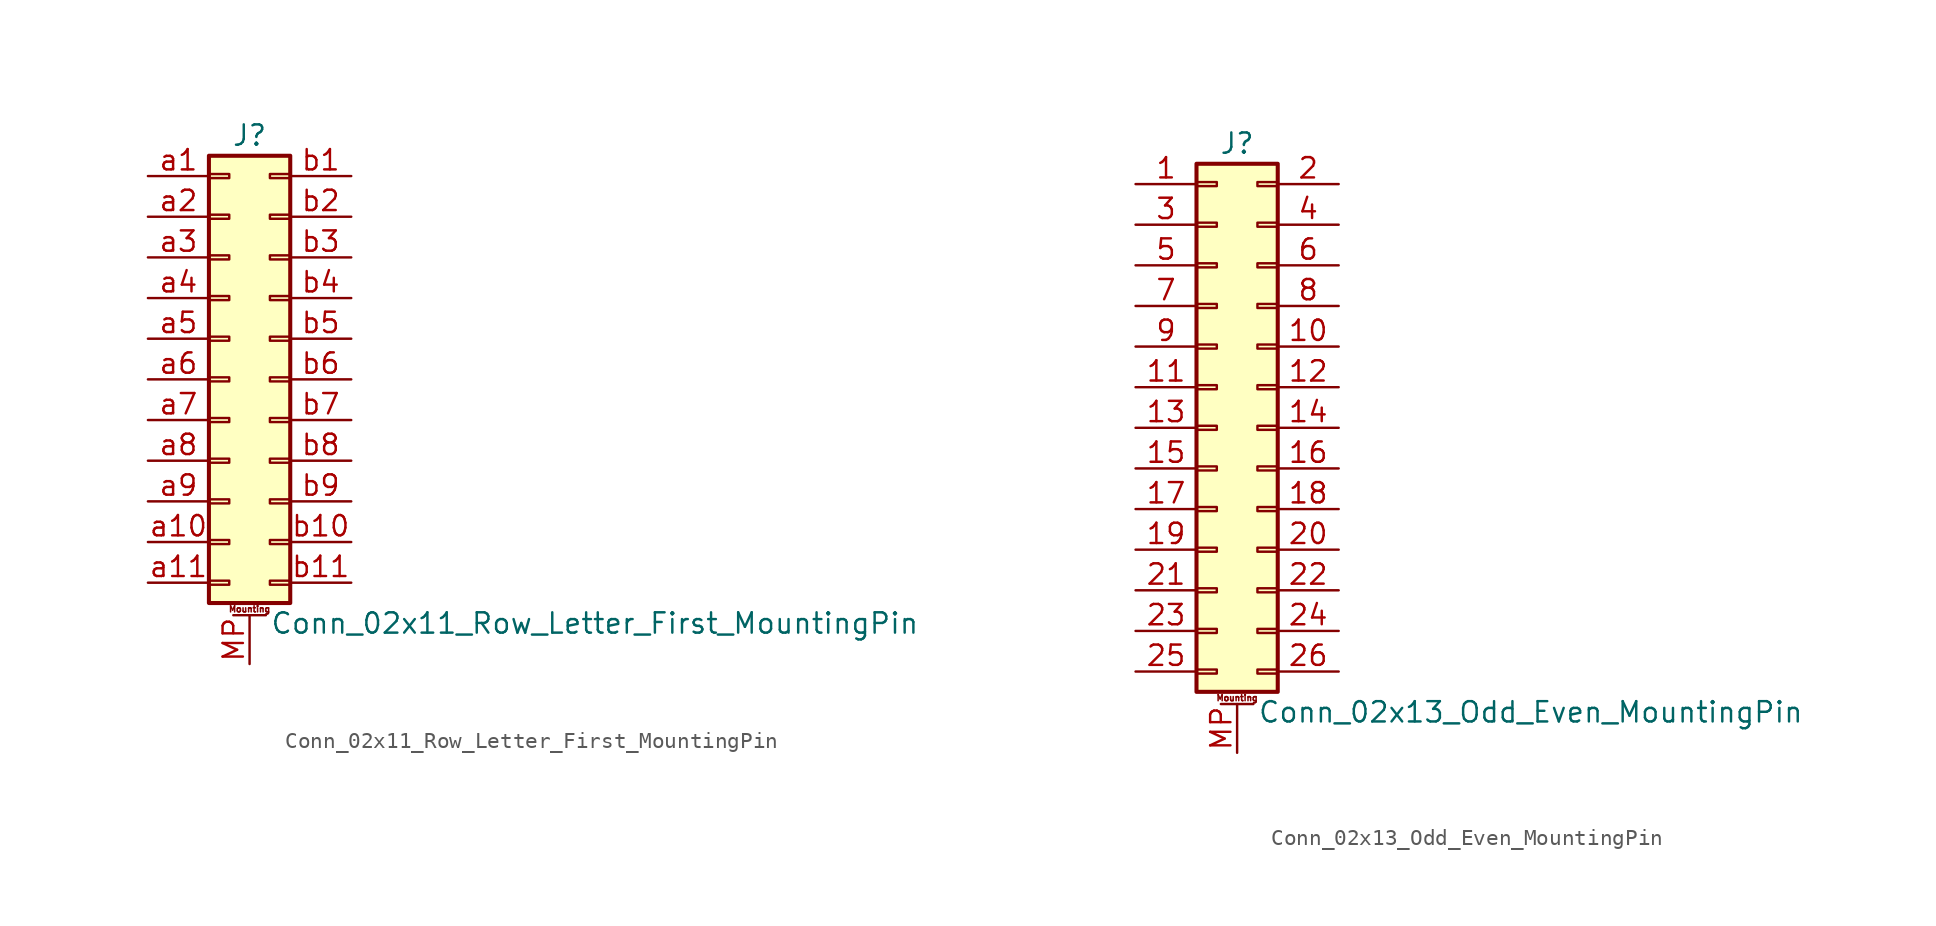
<source format=kicad_sym>
(kicad_symbol_lib
  (version 20201005)
  (generator kicad_symbol_editor)
  (symbol "Conn_02x11_Row_Letter_First_MountingPin"
    (pin_names
      (offset 1.016) hide)
    (property "Reference" "J"
      (at 1.27 15.24 0)
      (effects (font (size 1.27 1.27))))
    (property "Value" "Conn_02x11_Row_Letter_First_MountingPin"
      (at 2.54 -15.24 0)
      (effects (font (size 1.27 1.27)) (justify left)))
    (symbol "Conn_02x11_Row_Letter_First_MountingPin_1_1"
      (text "Mounting" (at 1.27 -14.351 0) (effects (font (size 0.381 0.381))))
      (rectangle (start -1.27 -12.573) (end 0 -12.827) (stroke (width 0.152)) (fill (type none)))
      (rectangle (start -1.27 -10.033) (end 0 -10.287) (stroke (width 0.152)) (fill (type none)))
      (rectangle (start -1.27 -7.493) (end 0 -7.747) (stroke (width 0.152)) (fill (type none)))
      (rectangle (start -1.27 -4.953) (end 0 -5.207) (stroke (width 0.152)) (fill (type none)))
      (rectangle (start -1.27 -2.413) (end 0 -2.667) (stroke (width 0.152)) (fill (type none)))
      (rectangle (start -1.27 0.127) (end 0 -0.127) (stroke (width 0.152)) (fill (type none)))
      (rectangle (start -1.27 2.667) (end 0 2.413) (stroke (width 0.152)) (fill (type none)))
      (rectangle (start -1.27 5.207) (end 0 4.953) (stroke (width 0.152)) (fill (type none)))
      (rectangle (start -1.27 7.747) (end 0 7.493) (stroke (width 0.152)) (fill (type none)))
      (rectangle (start -1.27 10.287) (end 0 10.033) (stroke (width 0.152)) (fill (type none)))
      (rectangle (start -1.27 12.827) (end 0 12.573) (stroke (width 0.152)) (fill (type none)))
      (rectangle (start 3.81 -12.573) (end 2.54 -12.827) (stroke (width 0.152)) (fill (type none)))
      (rectangle (start 3.81 -10.033) (end 2.54 -10.287) (stroke (width 0.152)) (fill (type none)))
      (rectangle (start 3.81 -7.493) (end 2.54 -7.747) (stroke (width 0.152)) (fill (type none)))
      (rectangle (start 3.81 -4.953) (end 2.54 -5.207) (stroke (width 0.152)) (fill (type none)))
      (rectangle (start 3.81 -2.413) (end 2.54 -2.667) (stroke (width 0.152)) (fill (type none)))
      (rectangle (start 3.81 0.127) (end 2.54 -0.127) (stroke (width 0.152)) (fill (type none)))
      (rectangle (start 3.81 2.667) (end 2.54 2.413) (stroke (width 0.152)) (fill (type none)))
      (rectangle (start 3.81 5.207) (end 2.54 4.953) (stroke (width 0.152)) (fill (type none)))
      (rectangle (start 3.81 7.747) (end 2.54 7.493) (stroke (width 0.152)) (fill (type none)))
      (rectangle (start 3.81 10.287) (end 2.54 10.033) (stroke (width 0.152)) (fill (type none)))
      (rectangle (start 3.81 12.827) (end 2.54 12.573) (stroke (width 0.152)) (fill (type none)))
      (rectangle (start -1.27 13.97) (end 3.81 -13.97) (stroke (width 0.254)) (fill (type background)))
      (polyline (pts (xy 0.254 -14.732) (xy 2.286 -14.732)) (stroke (width 0.152)) (fill (type none)))
      (pin passive line (at 1.27 -17.78 90) (length 3.048) (name "MountPin" (effects (font (size 1.27 1.27)))) (number "MP" (effects (font (size 1.27 1.27)))))
      (pin passive line (at -5.08 12.7 0) (length 3.81) (name "Pin_a1" (effects (font (size 1.27 1.27)))) (number "a1" (effects (font (size 1.27 1.27)))))
      (pin passive line (at -5.08 -10.16 0) (length 3.81) (name "Pin_a10" (effects (font (size 1.27 1.27)))) (number "a10" (effects (font (size 1.27 1.27)))))
      (pin passive line (at -5.08 -12.7 0) (length 3.81) (name "Pin_a11" (effects (font (size 1.27 1.27)))) (number "a11" (effects (font (size 1.27 1.27)))))
      (pin passive line (at -5.08 10.16 0) (length 3.81) (name "Pin_a2" (effects (font (size 1.27 1.27)))) (number "a2" (effects (font (size 1.27 1.27)))))
      (pin passive line (at -5.08 7.62 0) (length 3.81) (name "Pin_a3" (effects (font (size 1.27 1.27)))) (number "a3" (effects (font (size 1.27 1.27)))))
      (pin passive line (at -5.08 5.08 0) (length 3.81) (name "Pin_a4" (effects (font (size 1.27 1.27)))) (number "a4" (effects (font (size 1.27 1.27)))))
      (pin passive line (at -5.08 2.54 0) (length 3.81) (name "Pin_a5" (effects (font (size 1.27 1.27)))) (number "a5" (effects (font (size 1.27 1.27)))))
      (pin passive line (at -5.08 0 0) (length 3.81) (name "Pin_a6" (effects (font (size 1.27 1.27)))) (number "a6" (effects (font (size 1.27 1.27)))))
      (pin passive line (at -5.08 -2.54 0) (length 3.81) (name "Pin_a7" (effects (font (size 1.27 1.27)))) (number "a7" (effects (font (size 1.27 1.27)))))
      (pin passive line (at -5.08 -5.08 0) (length 3.81) (name "Pin_a8" (effects (font (size 1.27 1.27)))) (number "a8" (effects (font (size 1.27 1.27)))))
      (pin passive line (at -5.08 -7.62 0) (length 3.81) (name "Pin_a9" (effects (font (size 1.27 1.27)))) (number "a9" (effects (font (size 1.27 1.27)))))
      (pin passive line (at 7.62 12.7 180) (length 3.81) (name "Pin_b1" (effects (font (size 1.27 1.27)))) (number "b1" (effects (font (size 1.27 1.27)))))
      (pin passive line (at 7.62 -10.16 180) (length 3.81) (name "Pin_b10" (effects (font (size 1.27 1.27)))) (number "b10" (effects (font (size 1.27 1.27)))))
      (pin passive line (at 7.62 -12.7 180) (length 3.81) (name "Pin_b11" (effects (font (size 1.27 1.27)))) (number "b11" (effects (font (size 1.27 1.27)))))
      (pin passive line (at 7.62 10.16 180) (length 3.81) (name "Pin_b2" (effects (font (size 1.27 1.27)))) (number "b2" (effects (font (size 1.27 1.27)))))
      (pin passive line (at 7.62 7.62 180) (length 3.81) (name "Pin_b3" (effects (font (size 1.27 1.27)))) (number "b3" (effects (font (size 1.27 1.27)))))
      (pin passive line (at 7.62 5.08 180) (length 3.81) (name "Pin_b4" (effects (font (size 1.27 1.27)))) (number "b4" (effects (font (size 1.27 1.27)))))
      (pin passive line (at 7.62 2.54 180) (length 3.81) (name "Pin_b5" (effects (font (size 1.27 1.27)))) (number "b5" (effects (font (size 1.27 1.27)))))
      (pin passive line (at 7.62 0 180) (length 3.81) (name "Pin_b6" (effects (font (size 1.27 1.27)))) (number "b6" (effects (font (size 1.27 1.27)))))
      (pin passive line (at 7.62 -2.54 180) (length 3.81) (name "Pin_b7" (effects (font (size 1.27 1.27)))) (number "b7" (effects (font (size 1.27 1.27)))))
      (pin passive line (at 7.62 -5.08 180) (length 3.81) (name "Pin_b8" (effects (font (size 1.27 1.27)))) (number "b8" (effects (font (size 1.27 1.27)))))
      (pin passive line (at 7.62 -7.62 180) (length 3.81) (name "Pin_b9" (effects (font (size 1.27 1.27)))) (number "b9" (effects (font (size 1.27 1.27)))))))
  (symbol "Conn_02x13_Odd_Even_MountingPin"
    (pin_names
      (offset 1.016) hide)
    (property "Reference" "J"
      (at 1.27 17.78 0)
      (effects (font (size 1.27 1.27))))
    (property "Value" "Conn_02x13_Odd_Even_MountingPin"
      (at 2.54 -17.78 0)
      (effects (font (size 1.27 1.27)) (justify left)))
    (symbol "Conn_02x13_Odd_Even_MountingPin_1_1"
      (text "Mounting" (at 1.27 -16.891 0) (effects (font (size 0.381 0.381))))
      (rectangle (start -1.27 -15.113) (end 0 -15.367) (stroke (width 0.152)) (fill (type none)))
      (rectangle (start -1.27 -12.573) (end 0 -12.827) (stroke (width 0.152)) (fill (type none)))
      (rectangle (start -1.27 -10.033) (end 0 -10.287) (stroke (width 0.152)) (fill (type none)))
      (rectangle (start -1.27 -7.493) (end 0 -7.747) (stroke (width 0.152)) (fill (type none)))
      (rectangle (start -1.27 -4.953) (end 0 -5.207) (stroke (width 0.152)) (fill (type none)))
      (rectangle (start -1.27 -2.413) (end 0 -2.667) (stroke (width 0.152)) (fill (type none)))
      (rectangle (start -1.27 0.127) (end 0 -0.127) (stroke (width 0.152)) (fill (type none)))
      (rectangle (start -1.27 2.667) (end 0 2.413) (stroke (width 0.152)) (fill (type none)))
      (rectangle (start -1.27 5.207) (end 0 4.953) (stroke (width 0.152)) (fill (type none)))
      (rectangle (start -1.27 7.747) (end 0 7.493) (stroke (width 0.152)) (fill (type none)))
      (rectangle (start -1.27 10.287) (end 0 10.033) (stroke (width 0.152)) (fill (type none)))
      (rectangle (start -1.27 12.827) (end 0 12.573) (stroke (width 0.152)) (fill (type none)))
      (rectangle (start -1.27 15.367) (end 0 15.113) (stroke (width 0.152)) (fill (type none)))
      (rectangle (start 3.81 -15.113) (end 2.54 -15.367) (stroke (width 0.152)) (fill (type none)))
      (rectangle (start 3.81 -12.573) (end 2.54 -12.827) (stroke (width 0.152)) (fill (type none)))
      (rectangle (start 3.81 -10.033) (end 2.54 -10.287) (stroke (width 0.152)) (fill (type none)))
      (rectangle (start 3.81 -7.493) (end 2.54 -7.747) (stroke (width 0.152)) (fill (type none)))
      (rectangle (start 3.81 -4.953) (end 2.54 -5.207) (stroke (width 0.152)) (fill (type none)))
      (rectangle (start 3.81 -2.413) (end 2.54 -2.667) (stroke (width 0.152)) (fill (type none)))
      (rectangle (start 3.81 0.127) (end 2.54 -0.127) (stroke (width 0.152)) (fill (type none)))
      (rectangle (start 3.81 2.667) (end 2.54 2.413) (stroke (width 0.152)) (fill (type none)))
      (rectangle (start 3.81 5.207) (end 2.54 4.953) (stroke (width 0.152)) (fill (type none)))
      (rectangle (start 3.81 7.747) (end 2.54 7.493) (stroke (width 0.152)) (fill (type none)))
      (rectangle (start 3.81 10.287) (end 2.54 10.033) (stroke (width 0.152)) (fill (type none)))
      (rectangle (start 3.81 12.827) (end 2.54 12.573) (stroke (width 0.152)) (fill (type none)))
      (rectangle (start 3.81 15.367) (end 2.54 15.113) (stroke (width 0.152)) (fill (type none)))
      (rectangle (start -1.27 16.51) (end 3.81 -16.51) (stroke (width 0.254)) (fill (type background)))
      (polyline (pts (xy 0.254 -17.272) (xy 2.286 -17.272)) (stroke (width 0.152)) (fill (type none)))
      (pin passive line (at -5.08 15.24 0) (length 3.81) (name "Pin_1" (effects (font (size 1.27 1.27)))) (number "1" (effects (font (size 1.27 1.27)))))
      (pin passive line (at 7.62 5.08 180) (length 3.81) (name "Pin_10" (effects (font (size 1.27 1.27)))) (number "10" (effects (font (size 1.27 1.27)))))
      (pin passive line (at -5.08 2.54 0) (length 3.81) (name "Pin_11" (effects (font (size 1.27 1.27)))) (number "11" (effects (font (size 1.27 1.27)))))
      (pin passive line (at 7.62 2.54 180) (length 3.81) (name "Pin_12" (effects (font (size 1.27 1.27)))) (number "12" (effects (font (size 1.27 1.27)))))
      (pin passive line (at -5.08 0 0) (length 3.81) (name "Pin_13" (effects (font (size 1.27 1.27)))) (number "13" (effects (font (size 1.27 1.27)))))
      (pin passive line (at 7.62 0 180) (length 3.81) (name "Pin_14" (effects (font (size 1.27 1.27)))) (number "14" (effects (font (size 1.27 1.27)))))
      (pin passive line (at -5.08 -2.54 0) (length 3.81) (name "Pin_15" (effects (font (size 1.27 1.27)))) (number "15" (effects (font (size 1.27 1.27)))))
      (pin passive line (at 7.62 -2.54 180) (length 3.81) (name "Pin_16" (effects (font (size 1.27 1.27)))) (number "16" (effects (font (size 1.27 1.27)))))
      (pin passive line (at -5.08 -5.08 0) (length 3.81) (name "Pin_17" (effects (font (size 1.27 1.27)))) (number "17" (effects (font (size 1.27 1.27)))))
      (pin passive line (at 7.62 -5.08 180) (length 3.81) (name "Pin_18" (effects (font (size 1.27 1.27)))) (number "18" (effects (font (size 1.27 1.27)))))
      (pin passive line (at -5.08 -7.62 0) (length 3.81) (name "Pin_19" (effects (font (size 1.27 1.27)))) (number "19" (effects (font (size 1.27 1.27)))))
      (pin passive line (at 7.62 15.24 180) (length 3.81) (name "Pin_2" (effects (font (size 1.27 1.27)))) (number "2" (effects (font (size 1.27 1.27)))))
      (pin passive line (at 7.62 -7.62 180) (length 3.81) (name "Pin_20" (effects (font (size 1.27 1.27)))) (number "20" (effects (font (size 1.27 1.27)))))
      (pin passive line (at -5.08 -10.16 0) (length 3.81) (name "Pin_21" (effects (font (size 1.27 1.27)))) (number "21" (effects (font (size 1.27 1.27)))))
      (pin passive line (at 7.62 -10.16 180) (length 3.81) (name "Pin_22" (effects (font (size 1.27 1.27)))) (number "22" (effects (font (size 1.27 1.27)))))
      (pin passive line (at -5.08 -12.7 0) (length 3.81) (name "Pin_23" (effects (font (size 1.27 1.27)))) (number "23" (effects (font (size 1.27 1.27)))))
      (pin passive line (at 7.62 -12.7 180) (length 3.81) (name "Pin_24" (effects (font (size 1.27 1.27)))) (number "24" (effects (font (size 1.27 1.27)))))
      (pin passive line (at -5.08 -15.24 0) (length 3.81) (name "Pin_25" (effects (font (size 1.27 1.27)))) (number "25" (effects (font (size 1.27 1.27)))))
      (pin passive line (at 7.62 -15.24 180) (length 3.81) (name "Pin_26" (effects (font (size 1.27 1.27)))) (number "26" (effects (font (size 1.27 1.27)))))
      (pin passive line (at -5.08 12.7 0) (length 3.81) (name "Pin_3" (effects (font (size 1.27 1.27)))) (number "3" (effects (font (size 1.27 1.27)))))
      (pin passive line (at 7.62 12.7 180) (length 3.81) (name "Pin_4" (effects (font (size 1.27 1.27)))) (number "4" (effects (font (size 1.27 1.27)))))
      (pin passive line (at -5.08 10.16 0) (length 3.81) (name "Pin_5" (effects (font (size 1.27 1.27)))) (number "5" (effects (font (size 1.27 1.27)))))
      (pin passive line (at 7.62 10.16 180) (length 3.81) (name "Pin_6" (effects (font (size 1.27 1.27)))) (number "6" (effects (font (size 1.27 1.27)))))
      (pin passive line (at -5.08 7.62 0) (length 3.81) (name "Pin_7" (effects (font (size 1.27 1.27)))) (number "7" (effects (font (size 1.27 1.27)))))
      (pin passive line (at 7.62 7.62 180) (length 3.81) (name "Pin_8" (effects (font (size 1.27 1.27)))) (number "8" (effects (font (size 1.27 1.27)))))
      (pin passive line (at -5.08 5.08 0) (length 3.81) (name "Pin_9" (effects (font (size 1.27 1.27)))) (number "9" (effects (font (size 1.27 1.27)))))
      (pin passive line (at 1.27 -20.32 90) (length 3.048) (name "MountPin" (effects (font (size 1.27 1.27)))) (number "MP" (effects (font (size 1.27 1.27))))))))
</source>
